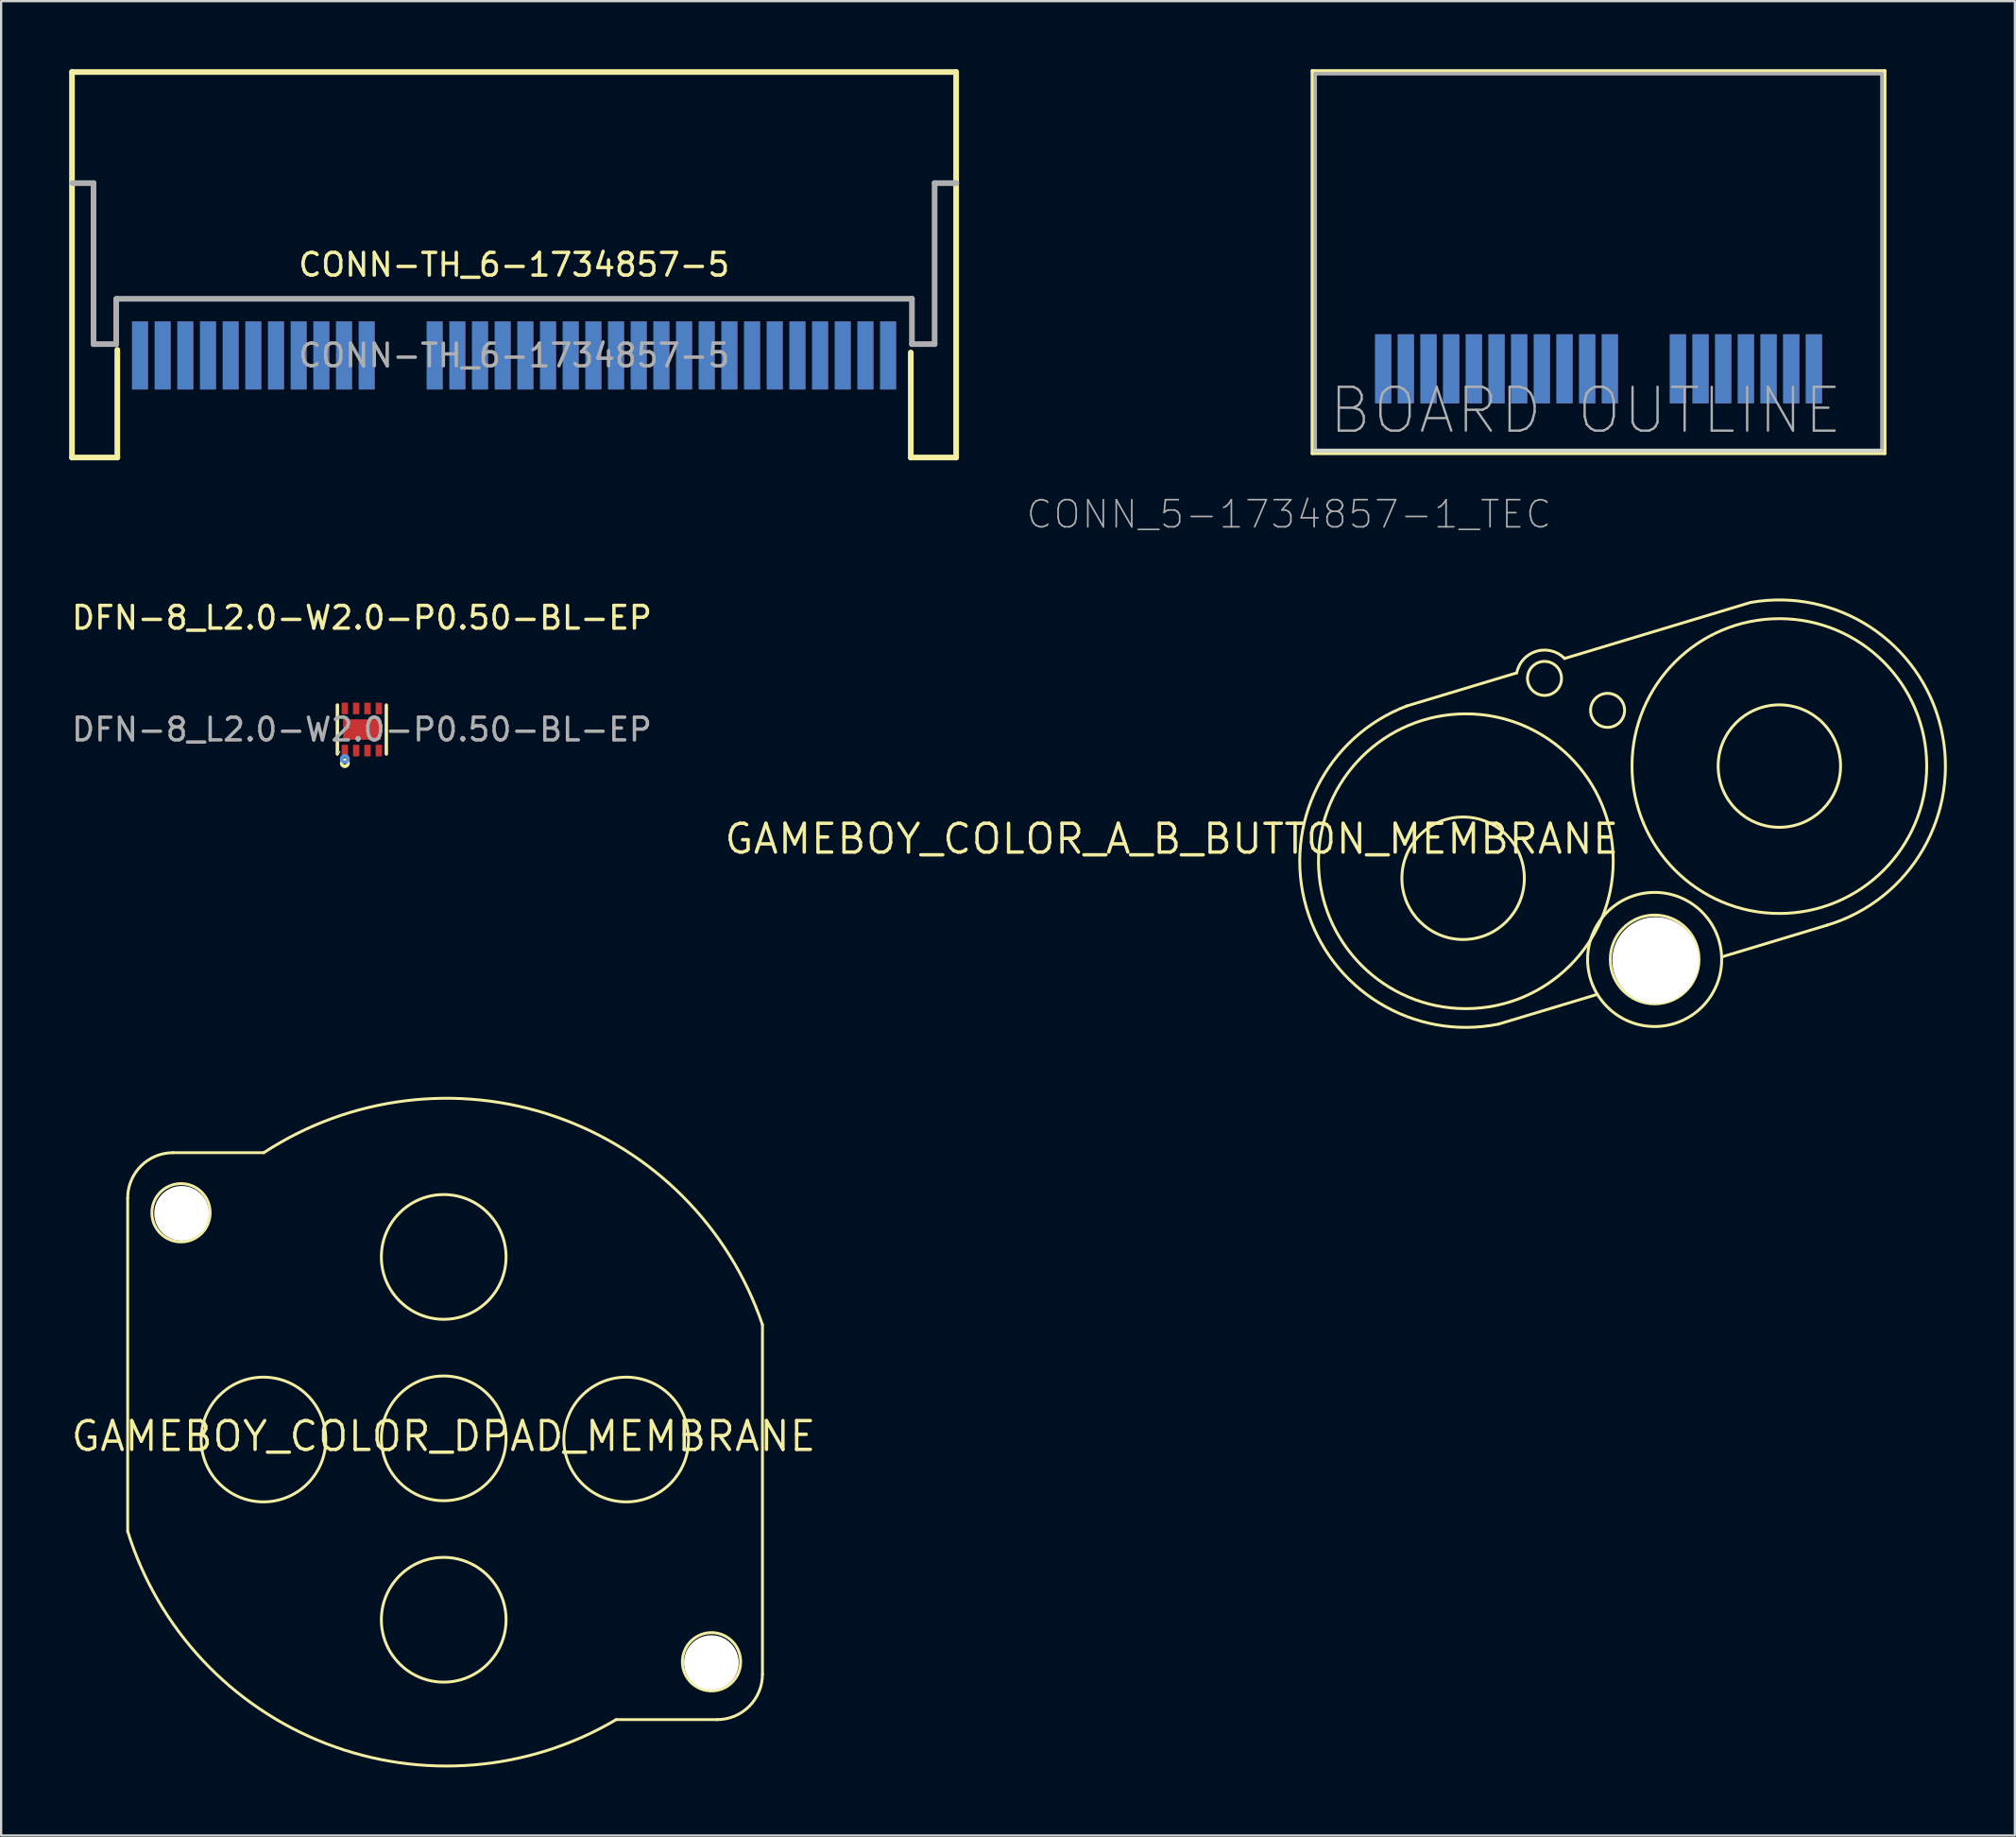
<source format=kicad_pcb>
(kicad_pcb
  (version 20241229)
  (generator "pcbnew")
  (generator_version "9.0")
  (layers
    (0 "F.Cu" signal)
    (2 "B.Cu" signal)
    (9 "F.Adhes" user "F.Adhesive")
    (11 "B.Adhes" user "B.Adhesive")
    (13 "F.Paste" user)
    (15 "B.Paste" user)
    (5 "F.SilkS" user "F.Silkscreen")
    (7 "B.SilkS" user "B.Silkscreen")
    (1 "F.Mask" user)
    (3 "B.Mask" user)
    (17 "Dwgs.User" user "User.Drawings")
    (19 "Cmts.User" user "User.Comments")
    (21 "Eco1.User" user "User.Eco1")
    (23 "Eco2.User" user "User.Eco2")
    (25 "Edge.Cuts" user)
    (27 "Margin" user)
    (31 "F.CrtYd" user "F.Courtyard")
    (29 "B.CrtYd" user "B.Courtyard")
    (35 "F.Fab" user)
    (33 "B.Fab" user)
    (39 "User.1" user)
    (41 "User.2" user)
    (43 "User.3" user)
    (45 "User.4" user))
  (footprint "GAMEBOY_COLOR_DPAD_MEMBRANE"
    (layer "F.Cu")
    (at 16.517 60.285)
    (property "Reference" "GAMEBOY_COLOR_DPAD_MEMBRANE" (at 0 0 0) (layer "F.SilkS") (effects (font (size 1.27 1.27) (thickness 0.15))))
    (fp_line (start -13.935 4.192) (end -13.935 -10.504) (stroke (width 0.127) (type solid)) (layer "F.SilkS"))
    (fp_line (start -11.935 -12.504) (end -7.933 -12.504) (stroke (width 0.127) (type solid)) (layer "F.SilkS"))
    (fp_line (start 12.065 12.496) (end 7.613 12.496) (stroke (width 0.127) (type solid)) (layer "F.SilkS"))
    (fp_line (start 14.065 -4.916) (end 14.065 10.496) (stroke (width 0.127) (type solid)) (layer "F.SilkS"))
    (fp_arc (start -13.93515 -10.50359) (mid -13.349364 -11.917804) (end -11.93515 -12.50359) (stroke (width 0.127) (type solid)) (layer "F.SilkS"))
    (fp_arc (start -7.932509 -12.50359) (mid 4.924905 -14.098653) (end 14.06485 -4.91613) (stroke (width 0.127) (type solid)) (layer "F.SilkS"))
    (fp_arc (start 7.613118 12.496409) (mid -5.170389 13.558667) (end -13.935151 4.192482) (stroke (width 0.127) (type solid)) (layer "F.SilkS"))
    (fp_arc (start 14.06485 10.496409) (mid 13.479064 11.910623) (end 12.06485 12.496409) (stroke (width 0.127) (type solid)) (layer "F.SilkS"))
    (fp_circle (center -11.583 -9.855) (end -10.298 -9.855) (stroke (width 0.127) (type solid)) (fill no) (layer "F.SilkS"))
    (fp_circle (center -7.946 0.145) (end -5.196 0.145) (stroke (width 0.127) (type solid)) (fill no) (layer "F.SilkS"))
    (fp_circle (center 0.005 -7.907) (end 2.755 -7.907) (stroke (width 0.127) (type solid)) (fill no) (layer "F.SilkS"))
    (fp_circle (center 0.005 0.093) (end 2.755 0.093) (stroke (width 0.127) (type solid)) (fill no) (layer "F.SilkS"))
    (fp_circle (center 0.005 8.093) (end 2.755 8.093) (stroke (width 0.127) (type solid)) (fill no) (layer "F.SilkS"))
    (fp_circle (center 8.054 0.145) (end 10.804 0.145) (stroke (width 0.127) (type solid)) (fill no) (layer "F.SilkS"))
    (fp_circle (center 11.818 9.946) (end 13.103 9.946) (stroke (width 0.127) (type solid)) (fill no) (layer "F.SilkS"))
    (pad "" np_thru_hole circle (at -11.557 -9.83) (size 2.413 2.413) (drill 2.413) (layers "*.Cu" "*.Mask"))
    (pad "" np_thru_hole circle (at 11.811 9.982) (size 2.413 2.413) (drill 2.413) (layers "*.Cu" "*.Mask")))
  (footprint "CONN-TH_6-1734857-5"
    (layer "F.Cu")
    (at 19.625 12.625)
    (property "Reference" "CONN-TH_6-1734857-5" (at 0 -4 0) (layer "F.SilkS") (effects (font (size 1 1) (thickness 0.15))))
    (attr through_hole)
    (fp_line (start -19.5 -12.5) (end -19.5 4.5) (stroke (width 0.25) (type solid)) (layer "F.SilkS"))
    (fp_line (start -19.5 -12.5) (end 19.5 -12.5) (stroke (width 0.25) (type solid)) (layer "F.SilkS"))
    (fp_line (start -19.5 4.5) (end -17.5 4.5) (stroke (width 0.25) (type solid)) (layer "F.SilkS"))
    (fp_line (start -17.5 4.5) (end -17.5 -0.25) (stroke (width 0.25) (type solid)) (layer "F.SilkS"))
    (fp_line (start 17.5 4.5) (end 17.5 -0.13) (stroke (width 0.25) (type solid)) (layer "F.SilkS"))
    (fp_line (start 19.5 -12.5) (end 19.5 4.5) (stroke (width 0.25) (type solid)) (layer "F.SilkS"))
    (fp_line (start 19.5 4.5) (end 17.5 4.5) (stroke (width 0.25) (type solid)) (layer "F.SilkS"))
    (fp_line (start -18.55 -7.6) (end -19.48 -7.6) (stroke (width 0.25) (type solid)) (layer "F.Fab"))
    (fp_line (start -18.55 -7.6) (end -18.55 -0.5) (stroke (width 0.25) (type solid)) (layer "F.Fab"))
    (fp_line (start -18.55 -0.5) (end -17.55 -0.5) (stroke (width 0.25) (type solid)) (layer "F.Fab"))
    (fp_line (start -17.55 -0.5) (end -17.55 -2.5) (stroke (width 0.25) (type solid)) (layer "F.Fab"))
    (fp_line (start 17.55 -2.5) (end -17.51 -2.5) (stroke (width 0.25) (type solid)) (layer "F.Fab"))
    (fp_line (start 17.55 -0.5) (end 17.55 -2.5) (stroke (width 0.25) (type solid)) (layer "F.Fab"))
    (fp_line (start 18.55 -7.6) (end 18.55 -0.5) (stroke (width 0.25) (type solid)) (layer "F.Fab"))
    (fp_line (start 18.55 -7.6) (end 19.51 -7.6) (stroke (width 0.25) (type solid)) (layer "F.Fab"))
    (fp_line (start 18.55 -0.5) (end 17.55 -0.5) (stroke (width 0.25) (type solid)) (layer "F.Fab"))
    (fp_text user "${REFERENCE}" (at 0 0 0) (layer "F.Fab") (effects (font (size 1 1) (thickness 0.15))))
    (pad "1" smd rect (at -16.5 0) (size 0.7 3) (layers "B.Cu" "B.Mask" "B.Paste"))
    (pad "2" smd rect (at -15.5 0) (size 0.7 3) (layers "B.Cu" "B.Mask" "B.Paste"))
    (pad "3" smd rect (at -14.5 0) (size 0.7 3) (layers "B.Cu" "B.Mask" "B.Paste"))
    (pad "4" smd rect (at -13.5 0) (size 0.7 3) (layers "B.Cu" "B.Mask" "B.Paste"))
    (pad "5" smd rect (at -12.5 0) (size 0.7 3) (layers "B.Cu" "B.Mask" "B.Paste"))
    (pad "6" smd rect (at -11.5 0) (size 0.7 3) (layers "B.Cu" "B.Mask" "B.Paste"))
    (pad "7" smd rect (at -10.5 0) (size 0.7 3) (layers "B.Cu" "B.Mask" "B.Paste"))
    (pad "8" smd rect (at -9.5 0) (size 0.7 3) (layers "B.Cu" "B.Mask" "B.Paste"))
    (pad "9" smd rect (at -8.5 0) (size 0.7 3) (layers "B.Cu" "B.Mask" "B.Paste"))
    (pad "10" smd rect (at -7.5 0) (size 0.7 3) (layers "B.Cu" "B.Mask" "B.Paste"))
    (pad "11" smd rect (at -6.5 0) (size 0.7 3) (layers "B.Cu" "B.Mask" "B.Paste"))
    (pad "12" smd rect (at -3.5 0) (size 0.7 3) (layers "B.Cu" "B.Mask" "B.Paste"))
    (pad "13" smd rect (at -2.5 0) (size 0.7 3) (layers "B.Cu" "B.Mask" "B.Paste"))
    (pad "14" smd rect (at -1.5 0) (size 0.7 3) (layers "B.Cu" "B.Mask" "B.Paste"))
    (pad "15" smd rect (at -0.5 0) (size 0.7 3) (layers "B.Cu" "B.Mask" "B.Paste"))
    (pad "16" smd rect (at 0.5 0) (size 0.7 3) (layers "B.Cu" "B.Mask" "B.Paste"))
    (pad "17" smd rect (at 1.5 0) (size 0.7 3) (layers "B.Cu" "B.Mask" "B.Paste"))
    (pad "18" smd rect (at 2.5 0) (size 0.7 3) (layers "B.Cu" "B.Mask" "B.Paste"))
    (pad "19" smd rect (at 3.5 0) (size 0.7 3) (layers "B.Cu" "B.Mask" "B.Paste"))
    (pad "20" smd rect (at 4.5 0) (size 0.7 3) (layers "B.Cu" "B.Mask" "B.Paste"))
    (pad "21" smd rect (at 5.5 0) (size 0.7 3) (layers "B.Cu" "B.Mask" "B.Paste"))
    (pad "22" smd rect (at 6.5 0) (size 0.7 3) (layers "B.Cu" "B.Mask" "B.Paste"))
    (pad "23" smd rect (at 7.5 0) (size 0.7 3) (layers "B.Cu" "B.Mask" "B.Paste"))
    (pad "24" smd rect (at 8.5 0) (size 0.7 3) (layers "B.Cu" "B.Mask" "B.Paste"))
    (pad "25" smd rect (at 9.5 0) (size 0.7 3) (layers "B.Cu" "B.Mask" "B.Paste"))
    (pad "26" smd rect (at 10.5 0) (size 0.7 3) (layers "B.Cu" "B.Mask" "B.Paste"))
    (pad "27" smd rect (at 11.5 0) (size 0.7 3) (layers "B.Cu" "B.Mask" "B.Paste"))
    (pad "28" smd rect (at 12.5 0) (size 0.7 3) (layers "B.Cu" "B.Mask" "B.Paste"))
    (pad "29" smd rect (at 13.5 0) (size 0.7 3) (layers "B.Cu" "B.Mask" "B.Paste"))
    (pad "30" smd rect (at 14.5 0) (size 0.7 3) (layers "B.Cu" "B.Mask" "B.Paste"))
    (pad "31" smd rect (at 15.5 0) (size 0.7 3) (layers "B.Cu" "B.Mask" "B.Paste"))
    (pad "32" smd rect (at 16.5 0) (size 0.7 3) (layers "B.Cu" "B.Mask" "B.Paste"))
    (pad "33" smd rect (at -16.5 0) (size 0.7 3) (layers "F.Cu" "F.Mask" "F.Paste"))
    (pad "34" smd rect (at -15.5 0) (size 0.7 3) (layers "F.Cu" "F.Mask" "F.Paste"))
    (pad "35" smd rect (at -14.5 0) (size 0.7 3) (layers "F.Cu" "F.Mask" "F.Paste"))
    (pad "36" smd rect (at -13.5 0) (size 0.7 3) (layers "F.Cu" "F.Mask" "F.Paste"))
    (pad "37" smd rect (at -12.5 0) (size 0.7 3) (layers "F.Cu" "F.Mask" "F.Paste"))
    (pad "38" smd rect (at -11.5 0) (size 0.7 3) (layers "F.Cu" "F.Mask" "F.Paste"))
    (pad "39" smd rect (at -10.5 0) (size 0.7 3) (layers "F.Cu" "F.Mask" "F.Paste"))
    (pad "40" smd rect (at -9.5 0) (size 0.7 3) (layers "F.Cu" "F.Mask" "F.Paste"))
    (pad "41" smd rect (at -8.5 0) (size 0.7 3) (layers "F.Cu" "F.Mask" "F.Paste"))
    (pad "42" smd rect (at -7.5 0) (size 0.7 3) (layers "F.Cu" "F.Mask" "F.Paste"))
    (pad "43" smd rect (at -6.5 0) (size 0.7 3) (layers "F.Cu" "F.Mask" "F.Paste"))
    (pad "44" smd rect (at -3.5 0) (size 0.7 3) (layers "F.Cu" "F.Mask" "F.Paste"))
    (pad "45" smd rect (at -2.5 0) (size 0.7 3) (layers "F.Cu" "F.Mask" "F.Paste"))
    (pad "46" smd rect (at -1.5 0) (size 0.7 3) (layers "F.Cu" "F.Mask" "F.Paste"))
    (pad "47" smd rect (at -0.5 0) (size 0.7 3) (layers "F.Cu" "F.Mask" "F.Paste"))
    (pad "48" smd rect (at 0.5 0) (size 0.7 3) (layers "F.Cu" "F.Mask" "F.Paste"))
    (pad "49" smd rect (at 1.5 0) (size 0.7 3) (layers "F.Cu" "F.Mask" "F.Paste"))
    (pad "50" smd rect (at 2.5 0) (size 0.7 3) (layers "F.Cu" "F.Mask" "F.Paste"))
    (pad "51" smd rect (at 3.5 0) (size 0.7 3) (layers "F.Cu" "F.Mask" "F.Paste"))
    (pad "52" smd rect (at 4.5 0) (size 0.7 3) (layers "F.Cu" "F.Mask" "F.Paste"))
    (pad "53" smd rect (at 5.5 0) (size 0.7 3) (layers "F.Cu" "F.Mask" "F.Paste"))
    (pad "54" smd rect (at 6.5 0) (size 0.7 3) (layers "F.Cu" "F.Mask" "F.Paste"))
    (pad "55" smd rect (at 7.5 0) (size 0.7 3) (layers "F.Cu" "F.Mask" "F.Paste"))
    (pad "56" smd rect (at 8.5 0) (size 0.7 3) (layers "F.Cu" "F.Mask" "F.Paste"))
    (pad "57" smd rect (at 9.5 0) (size 0.7 3) (layers "F.Cu" "F.Mask" "F.Paste"))
    (pad "58" smd rect (at 10.5 0) (size 0.7 3) (layers "F.Cu" "F.Mask" "F.Paste"))
    (pad "59" smd rect (at 11.5 0) (size 0.7 3) (layers "F.Cu" "F.Mask" "F.Paste"))
    (pad "60" smd rect (at 12.5 0) (size 0.7 3) (layers "F.Cu" "F.Mask" "F.Paste"))
    (pad "61" smd rect (at 13.5 0) (size 0.7 3) (layers "F.Cu" "F.Mask" "F.Paste"))
    (pad "62" smd rect (at 14.5 0) (size 0.7 3) (layers "F.Cu" "F.Mask" "F.Paste"))
    (pad "63" smd rect (at 15.5 0) (size 0.7 3) (layers "F.Cu" "F.Mask" "F.Paste"))
    (pad "64" smd rect (at 16.5 0) (size 0.7 3) (layers "F.Cu" "F.Mask" "F.Paste")))
  (footprint "DFN-8_L2.0-W2.0-P0.50-BL-EP"
    (layer "F.Cu")
    (at 12.911 29.121)
    (property "Reference" "DFN-8_L2.0-W2.0-P0.50-BL-EP" (at 0 -4.93 0) (layer "F.SilkS") (effects (font (size 1 1) (thickness 0.15))))
    (attr smd)
    (fp_line (start -1.08 1.08) (end -1.08 -1.08) (stroke (width 0.15) (type solid)) (layer "F.SilkS"))
    (fp_line (start 1.08 1.08) (end 1.08 -1.08) (stroke (width 0.15) (type solid)) (layer "F.SilkS"))
    (fp_circle (center -0.75 1.48) (end -0.68 1.48) (stroke (width 0.15) (type solid)) (fill no) (layer "F.SilkS"))
    (fp_circle (center -0.75 1.3) (end -0.68 1.3) (stroke (width 0.15) (type solid)) (fill no) (layer "Cmts.User"))
    (fp_circle (center -1 1) (end -0.97 1) (stroke (width 0.06) (type solid)) (fill no) (layer "F.Fab"))
    (fp_text user "${REFERENCE}" (at 0 0 0) (layer "F.Fab") (effects (font (size 1 1) (thickness 0.15))))
    (pad "1" smd rect (at -0.75 0.93) (size 0.28 0.51) (layers "F.Cu" "F.Mask" "F.Paste"))
    (pad "2" smd rect (at -0.25 0.93) (size 0.28 0.51) (layers "F.Cu" "F.Mask" "F.Paste"))
    (pad "3" smd rect (at 0.25 0.93) (size 0.28 0.51) (layers "F.Cu" "F.Mask" "F.Paste"))
    (pad "4" smd rect (at 0.75 0.93) (size 0.28 0.51) (layers "F.Cu" "F.Mask" "F.Paste"))
    (pad "5" smd rect (at 0.75 -0.93) (size 0.28 0.51) (layers "F.Cu" "F.Mask" "F.Paste"))
    (pad "6" smd rect (at 0.25 -0.93) (size 0.28 0.51) (layers "F.Cu" "F.Mask" "F.Paste"))
    (pad "7" smd rect (at -0.25 -0.93) (size 0.28 0.51) (layers "F.Cu" "F.Mask" "F.Paste"))
    (pad "8" smd rect (at -0.75 -0.93) (size 0.28 0.51) (layers "F.Cu" "F.Mask" "F.Paste"))
    (pad "9" smd rect (at 0 0) (size 1.65 0.9) (layers "F.Cu" "F.Mask" "F.Paste")))
  (footprint "GAMEBOY_COLOR_A_B_BUTTON_MEMBRANE"
    (layer "F.Cu")
    (at 68.448 33.201)
    (property "Reference" "GAMEBOY_COLOR_A_B_BUTTON_MEMBRANE" (at 0 0 0) (layer "F.SilkS") (effects (font (size 1.27 1.27) (thickness 0.15)) (justify right top)))
    (fp_line (start -9.442 -5.12) (end -4.596 -6.579) (stroke (width 0.127) (type solid)) (layer "F.SilkS"))
    (fp_line (start -5.398 8.91) (end -1.038 7.598) (stroke (width 0.127) (type solid)) (layer "F.SilkS"))
    (fp_line (start -2.483 -7.215) (end 5.716 -9.683) (stroke (width 0.127) (type solid)) (layer "F.SilkS"))
    (fp_line (start 4.443 5.948) (end 9.094 4.548) (stroke (width 0.127) (type solid)) (layer "F.SilkS"))
    (fp_arc (start -5.397868 8.910096) (mid -13.879167 3.756885) (end -9.441981 -5.120018) (stroke (width 0.127) (type solid)) (layer "F.SilkS"))
    (fp_arc (start -4.596447 -6.578599) (mid -3.730759 -7.531721) (end -2.482781 -7.21485) (stroke (width 0.127) (type solid)) (layer "F.SilkS"))
    (fp_arc (start 5.716209 -9.68287) (mid 14.116054 -4.160683) (end 9.094468 4.547681) (stroke (width 0.127) (type solid)) (layer "F.SilkS"))
    (fp_circle (center -6.96 2.478) (end -4.259 2.478) (stroke (width 0.127) (type solid)) (fill no) (layer "F.SilkS"))
    (fp_circle (center -6.84 1.728) (end -0.34 1.728) (stroke (width 0.127) (type solid)) (fill no) (layer "F.SilkS"))
    (fp_circle (center -3.37 -6.335) (end -2.62 -6.335) (stroke (width 0.127) (type solid)) (fill no) (layer "F.SilkS"))
    (fp_circle (center -0.588 -4.926) (end 0.162 -4.926) (stroke (width 0.127) (type solid)) (fill no) (layer "F.SilkS"))
    (fp_circle (center 1.488 6.059) (end 3.445 6.059) (stroke (width 0.127) (type solid)) (fill no) (layer "F.SilkS"))
    (fp_circle (center 1.488 6.059) (end 4.445 6.059) (stroke (width 0.127) (type solid)) (fill no) (layer "F.SilkS"))
    (fp_circle (center 6.989 -2.469) (end 9.689 -2.469) (stroke (width 0.127) (type solid)) (fill no) (layer "F.SilkS"))
    (fp_circle (center 6.989 -2.469) (end 13.489 -2.469) (stroke (width 0.127) (type solid)) (fill no) (layer "F.SilkS"))
    (pad "" np_thru_hole circle (at 1.524 6.096) (size 3.81 3.81) (drill 3.81) (layers "*.Cu" "*.Mask")))
  (footprint "CONN_5-1734857-1_TEC"
    (layer "F.Cu")
    (at 67.462 13.215)
    (property "Reference" "CONN_5-1734857-1_TEC" (at -2.001 5.715 180) (layer "F.Fab") (effects (font (size 1.198 1.198) (thickness 0.072)) (justify right top)))
    (fp_line (start -12.624 -13.139) (end -12.624 3.727) (stroke (width 0.152) (type solid)) (layer "F.SilkS"))
    (fp_line (start -12.624 3.727) (end 12.624 3.727) (stroke (width 0.152) (type solid)) (layer "F.SilkS"))
    (fp_line (start 12.624 -13.139) (end -12.624 -13.139) (stroke (width 0.152) (type solid)) (layer "F.SilkS"))
    (fp_line (start 12.624 3.727) (end 12.624 -13.139) (stroke (width 0.152) (type solid)) (layer "F.SilkS"))
    (fp_line (start -12.497 3.6) (end 12.497 3.6) (stroke (width 0.152) (type solid)) (layer "Edge.Cuts"))
    (fp_line (start -12.497 -13.012) (end -12.497 3.6) (stroke (width 0.152) (type solid)) (layer "F.Fab"))
    (fp_line (start -12.497 3.6) (end 12.497 3.6) (stroke (width 0.152) (type solid)) (layer "F.Fab"))
    (fp_line (start 12.497 -13.012) (end -12.497 -13.012) (stroke (width 0.152) (type solid)) (layer "F.Fab"))
    (fp_line (start 12.497 3.6) (end 12.497 -13.012) (stroke (width 0.152) (type solid)) (layer "F.Fab"))
    (fp_text user "BOARD OUTLINE" (at -11.986 2.965 0) (layer "F.Fab") (effects (font (size 1.93 1.93) (thickness 0.102)) (justify left bottom)))
    (pad "A1" smd rect (at -9.5 0 90) (size 3.048 0.711) (layers "F.Cu" "F.Mask" "F.Paste"))
    (pad "A2" smd rect (at -8.5 0 90) (size 3.048 0.711) (layers "F.Cu" "F.Mask" "F.Paste"))
    (pad "A3" smd rect (at -7.5 0 90) (size 3.048 0.711) (layers "F.Cu" "F.Mask" "F.Paste"))
    (pad "A4" smd rect (at -6.5 0 90) (size 3.048 0.711) (layers "F.Cu" "F.Mask" "F.Paste"))
    (pad "A5" smd rect (at -5.5 0 90) (size 3.048 0.711) (layers "F.Cu" "F.Mask" "F.Paste"))
    (pad "A6" smd rect (at -4.5 0 90) (size 3.048 0.711) (layers "F.Cu" "F.Mask" "F.Paste"))
    (pad "A7" smd rect (at -3.5 0 90) (size 3.048 0.711) (layers "F.Cu" "F.Mask" "F.Paste"))
    (pad "A8" smd rect (at -2.5 0 90) (size 3.048 0.711) (layers "F.Cu" "F.Mask" "F.Paste"))
    (pad "A9" smd rect (at -1.5 0 90) (size 3.048 0.711) (layers "F.Cu" "F.Mask" "F.Paste"))
    (pad "A10" smd rect (at -0.5 0 90) (size 3.048 0.711) (layers "F.Cu" "F.Mask" "F.Paste"))
    (pad "A11" smd rect (at 0.5 0 90) (size 3.048 0.711) (layers "F.Cu" "F.Mask" "F.Paste"))
    (pad "A12" smd rect (at 3.5 0 90) (size 3.048 0.711) (layers "F.Cu" "F.Mask" "F.Paste"))
    (pad "A13" smd rect (at 4.5 0 90) (size 3.048 0.711) (layers "F.Cu" "F.Mask" "F.Paste"))
    (pad "A14" smd rect (at 5.5 0 90) (size 3.048 0.711) (layers "F.Cu" "F.Mask" "F.Paste"))
    (pad "A15" smd rect (at 6.5 0 90) (size 3.048 0.711) (layers "F.Cu" "F.Mask" "F.Paste"))
    (pad "A16" smd rect (at 7.5 0 90) (size 3.048 0.711) (layers "F.Cu" "F.Mask" "F.Paste"))
    (pad "A17" smd rect (at 8.5 0 90) (size 3.048 0.711) (layers "F.Cu" "F.Mask" "F.Paste"))
    (pad "A18" smd rect (at 9.5 0 90) (size 3.048 0.711) (layers "F.Cu" "F.Mask" "F.Paste"))
    (pad "B1" smd rect (at -9.5 0 90) (size 3.048 0.711) (layers "B.Cu" "B.Mask" "B.Paste"))
    (pad "B2" smd rect (at -8.5 0 90) (size 3.048 0.711) (layers "B.Cu" "B.Mask" "B.Paste"))
    (pad "B3" smd rect (at -7.5 0 90) (size 3.048 0.711) (layers "B.Cu" "B.Mask" "B.Paste"))
    (pad "B4" smd rect (at -6.5 0 90) (size 3.048 0.711) (layers "B.Cu" "B.Mask" "B.Paste"))
    (pad "B5" smd rect (at -5.5 0 90) (size 3.048 0.711) (layers "B.Cu" "B.Mask" "B.Paste"))
    (pad "B6" smd rect (at -4.5 0 90) (size 3.048 0.711) (layers "B.Cu" "B.Mask" "B.Paste"))
    (pad "B7" smd rect (at -3.5 0 90) (size 3.048 0.711) (layers "B.Cu" "B.Mask" "B.Paste"))
    (pad "B8" smd rect (at -2.5 0 90) (size 3.048 0.711) (layers "B.Cu" "B.Mask" "B.Paste"))
    (pad "B9" smd rect (at -1.5 0 90) (size 3.048 0.711) (layers "B.Cu" "B.Mask" "B.Paste"))
    (pad "B10" smd rect (at -0.5 0 90) (size 3.048 0.711) (layers "B.Cu" "B.Mask" "B.Paste"))
    (pad "B11" smd rect (at 0.5 0 90) (size 3.048 0.711) (layers "B.Cu" "B.Mask" "B.Paste"))
    (pad "B12" smd rect (at 3.5 0 90) (size 3.048 0.711) (layers "B.Cu" "B.Mask" "B.Paste"))
    (pad "B13" smd rect (at 4.5 0 90) (size 3.048 0.711) (layers "B.Cu" "B.Mask" "B.Paste"))
    (pad "B14" smd rect (at 5.5 0 90) (size 3.048 0.711) (layers "B.Cu" "B.Mask" "B.Paste"))
    (pad "B15" smd rect (at 6.5 0 90) (size 3.048 0.711) (layers "B.Cu" "B.Mask" "B.Paste"))
    (pad "B16" smd rect (at 7.5 0 90) (size 3.048 0.711) (layers "B.Cu" "B.Mask" "B.Paste"))
    (pad "B17" smd rect (at 8.5 0 90) (size 3.048 0.711) (layers "B.Cu" "B.Mask" "B.Paste"))
    (pad "B18" smd rect (at 9.5 0 90) (size 3.048 0.711) (layers "B.Cu" "B.Mask" "B.Paste")))
  (gr_rect
    (start -3 -3)
    (end 85.826 77.892)
    (stroke (width 0.1) (type default))
    (fill no)
    (layer "Edge.Cuts")))
</source>
